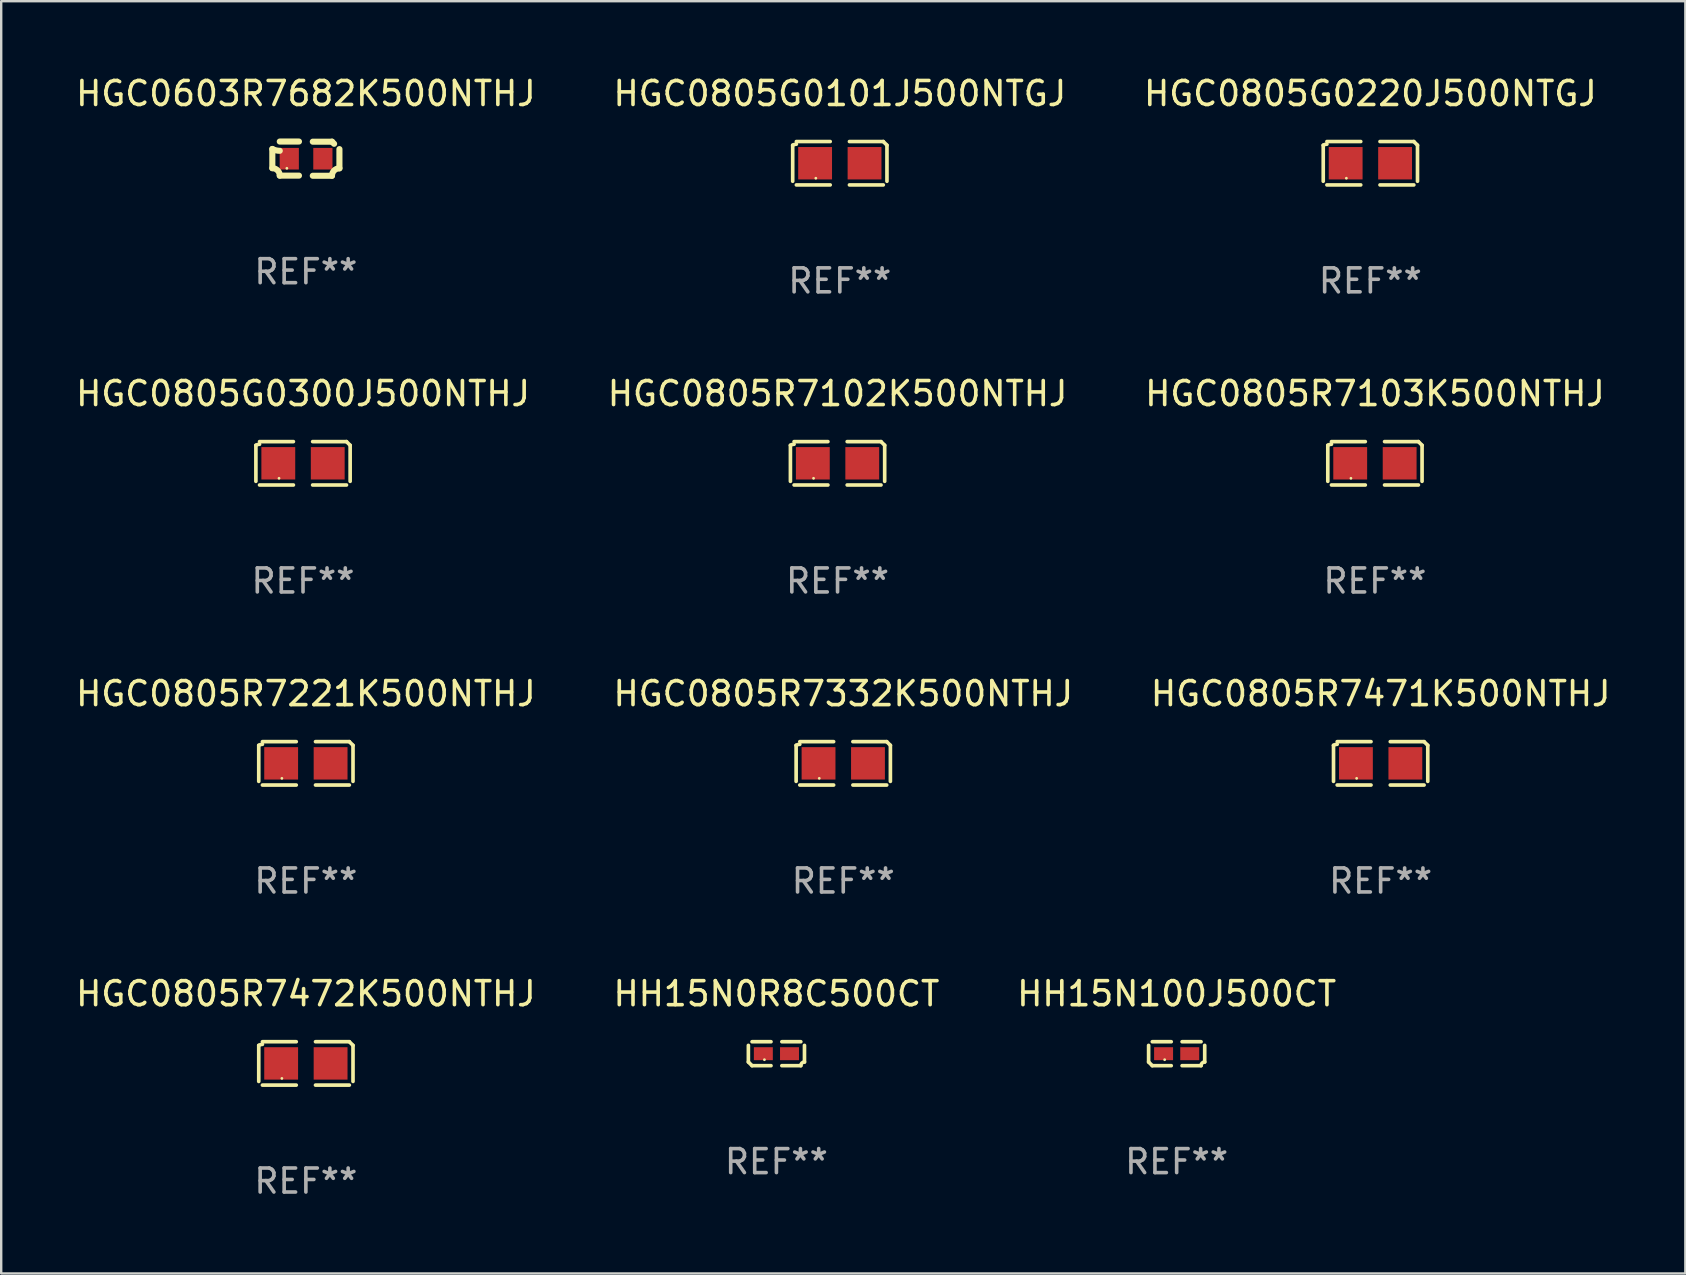
<source format=kicad_pcb>
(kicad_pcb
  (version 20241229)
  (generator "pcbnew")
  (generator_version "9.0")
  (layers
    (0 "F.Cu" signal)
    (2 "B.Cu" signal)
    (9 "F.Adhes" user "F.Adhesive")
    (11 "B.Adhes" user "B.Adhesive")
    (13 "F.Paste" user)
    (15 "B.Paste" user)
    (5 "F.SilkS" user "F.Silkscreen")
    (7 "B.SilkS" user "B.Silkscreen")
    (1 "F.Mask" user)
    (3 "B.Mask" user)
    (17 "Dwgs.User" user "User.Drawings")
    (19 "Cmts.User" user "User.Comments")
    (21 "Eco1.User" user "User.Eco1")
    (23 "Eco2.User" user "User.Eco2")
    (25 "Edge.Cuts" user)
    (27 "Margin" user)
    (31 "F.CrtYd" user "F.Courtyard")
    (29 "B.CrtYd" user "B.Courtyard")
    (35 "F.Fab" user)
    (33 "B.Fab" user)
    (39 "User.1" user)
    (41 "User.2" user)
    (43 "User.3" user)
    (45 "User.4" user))
  (footprint "HGC0805G0220J500NTGJ"
    (layer "F.Cu")
    (at 54.054 3.752)
    (property "Reference" "HGC0805G0220J500NTGJ" (at 0 -2.904 0) (layer "F.SilkS") (effects (font (size 1 1) (thickness 0.15))))
    (attr through_hole)
    (fp_line (start -1.964 0.751) (end -1.964 -0.751) (stroke (width 0.152) (type solid)) (layer "F.SilkS"))
    (fp_line (start -1.811 -0.904) (end -0.401 -0.904) (stroke (width 0.152) (type solid)) (layer "F.SilkS"))
    (fp_line (start -0.401 0.904) (end -1.811 0.904) (stroke (width 0.152) (type solid)) (layer "F.SilkS"))
    (fp_line (start 0.401 0.904) (end 1.811 0.904) (stroke (width 0.152) (type solid)) (layer "F.SilkS"))
    (fp_line (start 1.811 -0.904) (end 0.401 -0.904) (stroke (width 0.152) (type solid)) (layer "F.SilkS"))
    (fp_line (start 1.964 0.751) (end 1.964 -0.751) (stroke (width 0.152) (type solid)) (layer "F.SilkS"))
    (fp_arc (start -1.963602 -0.751207) (mid -1.890354 -0.783131) (end -1.811201 -0.794044) (stroke (width 0.1524) (type solid)) (layer "F.SilkS"))
    (fp_arc (start 1.811202 -0.903607) (mid 1.887413 -0.827418) (end 1.963602 -0.751207) (stroke (width 0.1524) (type solid)) (layer "F.SilkS"))
    (fp_circle (center -1 0.625) (end -0.97 0.625) (stroke (width 0.06) (type solid)) (fill no) (layer "F.SilkS"))
    (fp_text user "REF**" (at 0 4.904 0) (layer "F.Fab") (effects (font (size 1 1) (thickness 0.15))))
    (pad "1" smd rect (at -1.03 0) (size 1.41 1.35) (layers "F.Cu" "F.Mask" "F.Paste"))
    (pad "2" smd rect (at 1.03 0) (size 1.41 1.35) (layers "F.Cu" "F.Mask" "F.Paste")))
  (footprint "HGC0805R7332K500NTHJ"
    (layer "F.Cu")
    (at 32.089 28.759)
    (property "Reference" "HGC0805R7332K500NTHJ" (at 0 -2.904 0) (layer "F.SilkS") (effects (font (size 1 1) (thickness 0.15))))
    (attr through_hole)
    (fp_line (start -1.964 0.751) (end -1.964 -0.751) (stroke (width 0.152) (type solid)) (layer "F.SilkS"))
    (fp_line (start -1.811 -0.904) (end -0.401 -0.904) (stroke (width 0.152) (type solid)) (layer "F.SilkS"))
    (fp_line (start -0.401 0.904) (end -1.811 0.904) (stroke (width 0.152) (type solid)) (layer "F.SilkS"))
    (fp_line (start 0.401 0.904) (end 1.811 0.904) (stroke (width 0.152) (type solid)) (layer "F.SilkS"))
    (fp_line (start 1.811 -0.904) (end 0.401 -0.904) (stroke (width 0.152) (type solid)) (layer "F.SilkS"))
    (fp_line (start 1.964 0.751) (end 1.964 -0.751) (stroke (width 0.152) (type solid)) (layer "F.SilkS"))
    (fp_arc (start -1.963602 -0.751207) (mid -1.890354 -0.783131) (end -1.811201 -0.794044) (stroke (width 0.1524) (type solid)) (layer "F.SilkS"))
    (fp_arc (start 1.811202 -0.903607) (mid 1.887413 -0.827418) (end 1.963602 -0.751207) (stroke (width 0.1524) (type solid)) (layer "F.SilkS"))
    (fp_circle (center -1 0.625) (end -0.97 0.625) (stroke (width 0.06) (type solid)) (fill no) (layer "F.SilkS"))
    (fp_text user "REF**" (at 0 4.904 0) (layer "F.Fab") (effects (font (size 1 1) (thickness 0.15))))
    (pad "1" smd rect (at -1.03 0) (size 1.41 1.35) (layers "F.Cu" "F.Mask" "F.Paste"))
    (pad "2" smd rect (at 1.03 0) (size 1.41 1.35) (layers "F.Cu" "F.Mask" "F.Paste")))
  (footprint "HGC0805R7472K500NTHJ"
    (layer "F.Cu")
    (at 9.696 41.263)
    (property "Reference" "HGC0805R7472K500NTHJ" (at 0 -2.904 0) (layer "F.SilkS") (effects (font (size 1 1) (thickness 0.15))))
    (attr through_hole)
    (fp_line (start -1.964 0.751) (end -1.964 -0.751) (stroke (width 0.152) (type solid)) (layer "F.SilkS"))
    (fp_line (start -1.811 -0.904) (end -0.401 -0.904) (stroke (width 0.152) (type solid)) (layer "F.SilkS"))
    (fp_line (start -0.401 0.904) (end -1.811 0.904) (stroke (width 0.152) (type solid)) (layer "F.SilkS"))
    (fp_line (start 0.401 0.904) (end 1.811 0.904) (stroke (width 0.152) (type solid)) (layer "F.SilkS"))
    (fp_line (start 1.811 -0.904) (end 0.401 -0.904) (stroke (width 0.152) (type solid)) (layer "F.SilkS"))
    (fp_line (start 1.964 0.751) (end 1.964 -0.751) (stroke (width 0.152) (type solid)) (layer "F.SilkS"))
    (fp_arc (start -1.963602 -0.751207) (mid -1.890354 -0.783131) (end -1.811201 -0.794044) (stroke (width 0.1524) (type solid)) (layer "F.SilkS"))
    (fp_arc (start 1.811202 -0.903607) (mid 1.887413 -0.827418) (end 1.963602 -0.751207) (stroke (width 0.1524) (type solid)) (layer "F.SilkS"))
    (fp_circle (center -1 0.625) (end -0.97 0.625) (stroke (width 0.06) (type solid)) (fill no) (layer "F.SilkS"))
    (fp_text user "REF**" (at 0 4.904 0) (layer "F.Fab") (effects (font (size 1 1) (thickness 0.15))))
    (pad "1" smd rect (at -1.03 0) (size 1.41 1.35) (layers "F.Cu" "F.Mask" "F.Paste"))
    (pad "2" smd rect (at 1.03 0) (size 1.41 1.35) (layers "F.Cu" "F.Mask" "F.Paste")))
  (footprint "HH15N100J500CT"
    (layer "F.Cu")
    (at 45.982 40.858)
    (property "Reference" "HH15N100J500CT" (at 0 -2.499 0) (layer "F.SilkS") (effects (font (size 1 1) (thickness 0.15))))
    (attr through_hole)
    (fp_line (start -1.169 0.346) (end -1.169 -0.346) (stroke (width 0.152) (type solid)) (layer "F.SilkS"))
    (fp_line (start -1.016 -0.499) (end -0.226 -0.499) (stroke (width 0.152) (type solid)) (layer "F.SilkS"))
    (fp_line (start -0.226 0.499) (end -1.016 0.499) (stroke (width 0.152) (type solid)) (layer "F.SilkS"))
    (fp_line (start 0.226 0.499) (end 1.016 0.499) (stroke (width 0.152) (type solid)) (layer "F.SilkS"))
    (fp_line (start 1.016 -0.499) (end 0.226 -0.499) (stroke (width 0.152) (type solid)) (layer "F.SilkS"))
    (fp_line (start 1.169 0.346) (end 1.169 -0.346) (stroke (width 0.152) (type solid)) (layer "F.SilkS"))
    (fp_arc (start -1.016307 0.498603) (mid -1.092512 0.422405) (end -1.16871 0.3462) (stroke (width 0.1524) (type solid)) (layer "F.SilkS"))
    (fp_arc (start 1.016307 0.498603) (mid 1.060899 0.390758) (end 1.168707 0.346076) (stroke (width 0.1524) (type solid)) (layer "F.SilkS"))
    (fp_circle (center -0.5 0.25) (end -0.47 0.25) (stroke (width 0.06) (type solid)) (fill no) (layer "F.SilkS"))
    (fp_text user "REF**" (at 0 4.499 0) (layer "F.Fab") (effects (font (size 1 1) (thickness 0.15))))
    (pad "1" smd rect (at -0.545 0) (size 0.79 0.54) (layers "F.Cu" "F.Mask" "F.Paste"))
    (pad "2" smd rect (at 0.545 0) (size 0.79 0.54) (layers "F.Cu" "F.Mask" "F.Paste")))
  (footprint "HGC0805G0101J500NTGJ"
    (layer "F.Cu")
    (at 31.946 3.752)
    (property "Reference" "HGC0805G0101J500NTGJ" (at 0 -2.904 0) (layer "F.SilkS") (effects (font (size 1 1) (thickness 0.15))))
    (attr through_hole)
    (fp_line (start -1.964 0.751) (end -1.964 -0.751) (stroke (width 0.152) (type solid)) (layer "F.SilkS"))
    (fp_line (start -1.811 -0.904) (end -0.401 -0.904) (stroke (width 0.152) (type solid)) (layer "F.SilkS"))
    (fp_line (start -0.401 0.904) (end -1.811 0.904) (stroke (width 0.152) (type solid)) (layer "F.SilkS"))
    (fp_line (start 0.401 0.904) (end 1.811 0.904) (stroke (width 0.152) (type solid)) (layer "F.SilkS"))
    (fp_line (start 1.811 -0.904) (end 0.401 -0.904) (stroke (width 0.152) (type solid)) (layer "F.SilkS"))
    (fp_line (start 1.964 0.751) (end 1.964 -0.751) (stroke (width 0.152) (type solid)) (layer "F.SilkS"))
    (fp_arc (start -1.963602 -0.751207) (mid -1.890354 -0.783131) (end -1.811201 -0.794044) (stroke (width 0.1524) (type solid)) (layer "F.SilkS"))
    (fp_arc (start 1.811202 -0.903607) (mid 1.887413 -0.827418) (end 1.963602 -0.751207) (stroke (width 0.1524) (type solid)) (layer "F.SilkS"))
    (fp_circle (center -1 0.625) (end -0.97 0.625) (stroke (width 0.06) (type solid)) (fill no) (layer "F.SilkS"))
    (fp_text user "REF**" (at 0 4.904 0) (layer "F.Fab") (effects (font (size 1 1) (thickness 0.15))))
    (pad "1" smd rect (at -1.03 0) (size 1.41 1.35) (layers "F.Cu" "F.Mask" "F.Paste"))
    (pad "2" smd rect (at 1.03 0) (size 1.41 1.35) (layers "F.Cu" "F.Mask" "F.Paste")))
  (footprint "HH15N0R8C500CT"
    (layer "F.Cu")
    (at 29.304 40.858)
    (property "Reference" "HH15N0R8C500CT" (at 0 -2.499 0) (layer "F.SilkS") (effects (font (size 1 1) (thickness 0.15))))
    (attr through_hole)
    (fp_line (start -1.169 0.346) (end -1.169 -0.346) (stroke (width 0.152) (type solid)) (layer "F.SilkS"))
    (fp_line (start -1.016 -0.499) (end -0.226 -0.499) (stroke (width 0.152) (type solid)) (layer "F.SilkS"))
    (fp_line (start -0.226 0.499) (end -1.016 0.499) (stroke (width 0.152) (type solid)) (layer "F.SilkS"))
    (fp_line (start 0.226 0.499) (end 1.016 0.499) (stroke (width 0.152) (type solid)) (layer "F.SilkS"))
    (fp_line (start 1.016 -0.499) (end 0.226 -0.499) (stroke (width 0.152) (type solid)) (layer "F.SilkS"))
    (fp_line (start 1.169 0.346) (end 1.169 -0.346) (stroke (width 0.152) (type solid)) (layer "F.SilkS"))
    (fp_arc (start -1.016307 0.498603) (mid -1.092512 0.422405) (end -1.16871 0.3462) (stroke (width 0.1524) (type solid)) (layer "F.SilkS"))
    (fp_arc (start 1.016307 0.498603) (mid 1.060899 0.390758) (end 1.168707 0.346076) (stroke (width 0.1524) (type solid)) (layer "F.SilkS"))
    (fp_circle (center -0.5 0.25) (end -0.47 0.25) (stroke (width 0.06) (type solid)) (fill no) (layer "F.SilkS"))
    (fp_text user "REF**" (at 0 4.499 0) (layer "F.Fab") (effects (font (size 1 1) (thickness 0.15))))
    (pad "1" smd rect (at -0.545 0) (size 0.79 0.54) (layers "F.Cu" "F.Mask" "F.Paste"))
    (pad "2" smd rect (at 0.545 0) (size 0.79 0.54) (layers "F.Cu" "F.Mask" "F.Paste")))
  (footprint "HGC0805G0300J500NTHJ"
    (layer "F.Cu")
    (at 9.577 16.256)
    (property "Reference" "HGC0805G0300J500NTHJ" (at 0 -2.904 0) (layer "F.SilkS") (effects (font (size 1 1) (thickness 0.15))))
    (attr through_hole)
    (fp_line (start -1.964 0.751) (end -1.964 -0.751) (stroke (width 0.152) (type solid)) (layer "F.SilkS"))
    (fp_line (start -1.811 -0.904) (end -0.401 -0.904) (stroke (width 0.152) (type solid)) (layer "F.SilkS"))
    (fp_line (start -0.401 0.904) (end -1.811 0.904) (stroke (width 0.152) (type solid)) (layer "F.SilkS"))
    (fp_line (start 0.401 0.904) (end 1.811 0.904) (stroke (width 0.152) (type solid)) (layer "F.SilkS"))
    (fp_line (start 1.811 -0.904) (end 0.401 -0.904) (stroke (width 0.152) (type solid)) (layer "F.SilkS"))
    (fp_line (start 1.964 0.751) (end 1.964 -0.751) (stroke (width 0.152) (type solid)) (layer "F.SilkS"))
    (fp_arc (start -1.963602 -0.751207) (mid -1.890354 -0.783131) (end -1.811201 -0.794044) (stroke (width 0.1524) (type solid)) (layer "F.SilkS"))
    (fp_arc (start 1.811202 -0.903607) (mid 1.887413 -0.827418) (end 1.963602 -0.751207) (stroke (width 0.1524) (type solid)) (layer "F.SilkS"))
    (fp_circle (center -1 0.625) (end -0.97 0.625) (stroke (width 0.06) (type solid)) (fill no) (layer "F.SilkS"))
    (fp_text user "REF**" (at 0 4.904 0) (layer "F.Fab") (effects (font (size 1 1) (thickness 0.15))))
    (pad "1" smd rect (at -1.03 0) (size 1.41 1.35) (layers "F.Cu" "F.Mask" "F.Paste"))
    (pad "2" smd rect (at 1.03 0) (size 1.41 1.35) (layers "F.Cu" "F.Mask" "F.Paste")))
  (footprint "HGC0805R7103K500NTHJ"
    (layer "F.Cu")
    (at 54.244 16.256)
    (property "Reference" "HGC0805R7103K500NTHJ" (at 0 -2.904 0) (layer "F.SilkS") (effects (font (size 1 1) (thickness 0.15))))
    (attr through_hole)
    (fp_line (start -1.964 0.751) (end -1.964 -0.751) (stroke (width 0.152) (type solid)) (layer "F.SilkS"))
    (fp_line (start -1.811 -0.904) (end -0.401 -0.904) (stroke (width 0.152) (type solid)) (layer "F.SilkS"))
    (fp_line (start -0.401 0.904) (end -1.811 0.904) (stroke (width 0.152) (type solid)) (layer "F.SilkS"))
    (fp_line (start 0.401 0.904) (end 1.811 0.904) (stroke (width 0.152) (type solid)) (layer "F.SilkS"))
    (fp_line (start 1.811 -0.904) (end 0.401 -0.904) (stroke (width 0.152) (type solid)) (layer "F.SilkS"))
    (fp_line (start 1.964 0.751) (end 1.964 -0.751) (stroke (width 0.152) (type solid)) (layer "F.SilkS"))
    (fp_arc (start -1.963602 -0.751207) (mid -1.890354 -0.783131) (end -1.811201 -0.794044) (stroke (width 0.1524) (type solid)) (layer "F.SilkS"))
    (fp_arc (start 1.811202 -0.903607) (mid 1.887413 -0.827418) (end 1.963602 -0.751207) (stroke (width 0.1524) (type solid)) (layer "F.SilkS"))
    (fp_circle (center -1 0.625) (end -0.97 0.625) (stroke (width 0.06) (type solid)) (fill no) (layer "F.SilkS"))
    (fp_text user "REF**" (at 0 4.904 0) (layer "F.Fab") (effects (font (size 1 1) (thickness 0.15))))
    (pad "1" smd rect (at -1.03 0) (size 1.41 1.35) (layers "F.Cu" "F.Mask" "F.Paste"))
    (pad "2" smd rect (at 1.03 0) (size 1.41 1.35) (layers "F.Cu" "F.Mask" "F.Paste")))
  (footprint "HGC0603R7682K500NTHJ"
    (layer "F.Cu")
    (at 9.696 3.561)
    (property "Reference" "HGC0603R7682K500NTHJ" (at 0 -2.713 0) (layer "F.SilkS") (effects (font (size 1 1) (thickness 0.15))))
    (attr through_hole)
    (fp_line (start -1.398 -0.403) (end -1.398 0.397) (stroke (width 0.254) (type solid)) (layer "F.SilkS"))
    (fp_line (start -0.288 -0.713) (end -1.088 -0.713) (stroke (width 0.254) (type solid)) (layer "F.SilkS"))
    (fp_line (start -0.288 0.707) (end -1.088 0.707) (stroke (width 0.254) (type solid)) (layer "F.SilkS"))
    (fp_line (start 0.288 -0.707) (end 1.088 -0.707) (stroke (width 0.254) (type solid)) (layer "F.SilkS"))
    (fp_line (start 0.288 0.713) (end 1.088 0.713) (stroke (width 0.254) (type solid)) (layer "F.SilkS"))
    (fp_line (start 1.398 -0.397) (end 1.398 0.403) (stroke (width 0.254) (type solid)) (layer "F.SilkS"))
    (fp_arc (start -1.397789 0.397066) (mid -1.178701 0.487826) (end -1.08796 0.706922) (stroke (width 0.254001) (type solid)) (layer "F.SilkS"))
    (fp_arc (start -1.08796 -0.327176) (mid -1.247436 -0.346384) (end -1.39779 -0.402908) (stroke (width 0.254001) (type solid)) (layer "F.SilkS"))
    (fp_arc (start 1.087909 0.712738) (mid 1.178656 0.493655) (end 1.397739 0.402908) (stroke (width 0.254001) (type solid)) (layer "F.SilkS"))
    (fp_arc (start 1.175925 -0.618926) (mid 1.131917 -0.662923) (end 1.08791 -0.706922) (stroke (width 0.254001) (type solid)) (layer "F.SilkS"))
    (fp_circle (center -0.792 0.403) (end -0.762 0.403) (stroke (width 0.06) (type solid)) (fill no) (layer "F.SilkS"))
    (fp_text user "REF**" (at 0 4.713 0) (layer "F.Fab") (effects (font (size 1 1) (thickness 0.15))))
    (pad "1" smd rect (at -0.692 0.003) (size 0.8 0.9) (layers "F.Cu" "F.Mask" "F.Paste"))
    (pad "2" smd rect (at 0.708 0.003) (size 0.8 0.9) (layers "F.Cu" "F.Mask" "F.Paste")))
  (footprint "HGC0805R7471K500NTHJ"
    (layer "F.Cu")
    (at 54.482 28.759)
    (property "Reference" "HGC0805R7471K500NTHJ" (at 0 -2.904 0) (layer "F.SilkS") (effects (font (size 1 1) (thickness 0.15))))
    (attr through_hole)
    (fp_line (start -1.964 0.751) (end -1.964 -0.751) (stroke (width 0.152) (type solid)) (layer "F.SilkS"))
    (fp_line (start -1.811 -0.904) (end -0.401 -0.904) (stroke (width 0.152) (type solid)) (layer "F.SilkS"))
    (fp_line (start -0.401 0.904) (end -1.811 0.904) (stroke (width 0.152) (type solid)) (layer "F.SilkS"))
    (fp_line (start 0.401 0.904) (end 1.811 0.904) (stroke (width 0.152) (type solid)) (layer "F.SilkS"))
    (fp_line (start 1.811 -0.904) (end 0.401 -0.904) (stroke (width 0.152) (type solid)) (layer "F.SilkS"))
    (fp_line (start 1.964 0.751) (end 1.964 -0.751) (stroke (width 0.152) (type solid)) (layer "F.SilkS"))
    (fp_arc (start -1.963602 -0.751207) (mid -1.890354 -0.783131) (end -1.811201 -0.794044) (stroke (width 0.1524) (type solid)) (layer "F.SilkS"))
    (fp_arc (start 1.811202 -0.903607) (mid 1.887413 -0.827418) (end 1.963602 -0.751207) (stroke (width 0.1524) (type solid)) (layer "F.SilkS"))
    (fp_circle (center -1 0.625) (end -0.97 0.625) (stroke (width 0.06) (type solid)) (fill no) (layer "F.SilkS"))
    (fp_text user "REF**" (at 0 4.904 0) (layer "F.Fab") (effects (font (size 1 1) (thickness 0.15))))
    (pad "1" smd rect (at -1.03 0) (size 1.41 1.35) (layers "F.Cu" "F.Mask" "F.Paste"))
    (pad "2" smd rect (at 1.03 0) (size 1.41 1.35) (layers "F.Cu" "F.Mask" "F.Paste")))
  (footprint "HGC0805R7221K500NTHJ"
    (layer "F.Cu")
    (at 9.696 28.759)
    (property "Reference" "HGC0805R7221K500NTHJ" (at 0 -2.904 0) (layer "F.SilkS") (effects (font (size 1 1) (thickness 0.15))))
    (attr through_hole)
    (fp_line (start -1.964 0.751) (end -1.964 -0.751) (stroke (width 0.152) (type solid)) (layer "F.SilkS"))
    (fp_line (start -1.811 -0.904) (end -0.401 -0.904) (stroke (width 0.152) (type solid)) (layer "F.SilkS"))
    (fp_line (start -0.401 0.904) (end -1.811 0.904) (stroke (width 0.152) (type solid)) (layer "F.SilkS"))
    (fp_line (start 0.401 0.904) (end 1.811 0.904) (stroke (width 0.152) (type solid)) (layer "F.SilkS"))
    (fp_line (start 1.811 -0.904) (end 0.401 -0.904) (stroke (width 0.152) (type solid)) (layer "F.SilkS"))
    (fp_line (start 1.964 0.751) (end 1.964 -0.751) (stroke (width 0.152) (type solid)) (layer "F.SilkS"))
    (fp_arc (start -1.963602 -0.751207) (mid -1.890354 -0.783131) (end -1.811201 -0.794044) (stroke (width 0.1524) (type solid)) (layer "F.SilkS"))
    (fp_arc (start 1.811202 -0.903607) (mid 1.887413 -0.827418) (end 1.963602 -0.751207) (stroke (width 0.1524) (type solid)) (layer "F.SilkS"))
    (fp_circle (center -1 0.625) (end -0.97 0.625) (stroke (width 0.06) (type solid)) (fill no) (layer "F.SilkS"))
    (fp_text user "REF**" (at 0 4.904 0) (layer "F.Fab") (effects (font (size 1 1) (thickness 0.15))))
    (pad "1" smd rect (at -1.03 0) (size 1.41 1.35) (layers "F.Cu" "F.Mask" "F.Paste"))
    (pad "2" smd rect (at 1.03 0) (size 1.41 1.35) (layers "F.Cu" "F.Mask" "F.Paste")))
  (footprint "HGC0805R7102K500NTHJ"
    (layer "F.Cu")
    (at 31.851 16.256)
    (property "Reference" "HGC0805R7102K500NTHJ" (at 0 -2.904 0) (layer "F.SilkS") (effects (font (size 1 1) (thickness 0.15))))
    (attr through_hole)
    (fp_line (start -1.964 0.751) (end -1.964 -0.751) (stroke (width 0.152) (type solid)) (layer "F.SilkS"))
    (fp_line (start -1.811 -0.904) (end -0.401 -0.904) (stroke (width 0.152) (type solid)) (layer "F.SilkS"))
    (fp_line (start -0.401 0.904) (end -1.811 0.904) (stroke (width 0.152) (type solid)) (layer "F.SilkS"))
    (fp_line (start 0.401 0.904) (end 1.811 0.904) (stroke (width 0.152) (type solid)) (layer "F.SilkS"))
    (fp_line (start 1.811 -0.904) (end 0.401 -0.904) (stroke (width 0.152) (type solid)) (layer "F.SilkS"))
    (fp_line (start 1.964 0.751) (end 1.964 -0.751) (stroke (width 0.152) (type solid)) (layer "F.SilkS"))
    (fp_arc (start -1.963602 -0.751207) (mid -1.890354 -0.783131) (end -1.811201 -0.794044) (stroke (width 0.1524) (type solid)) (layer "F.SilkS"))
    (fp_arc (start 1.811202 -0.903607) (mid 1.887413 -0.827418) (end 1.963602 -0.751207) (stroke (width 0.1524) (type solid)) (layer "F.SilkS"))
    (fp_circle (center -1 0.625) (end -0.97 0.625) (stroke (width 0.06) (type solid)) (fill no) (layer "F.SilkS"))
    (fp_text user "REF**" (at 0 4.904 0) (layer "F.Fab") (effects (font (size 1 1) (thickness 0.15))))
    (pad "1" smd rect (at -1.03 0) (size 1.41 1.35) (layers "F.Cu" "F.Mask" "F.Paste"))
    (pad "2" smd rect (at 1.03 0) (size 1.41 1.35) (layers "F.Cu" "F.Mask" "F.Paste")))
  (gr_rect
    (start -3 -3)
    (end 67.179 50.015)
    (stroke (width 0.1) (type default))
    (fill no)
    (layer "Edge.Cuts")))
</source>
